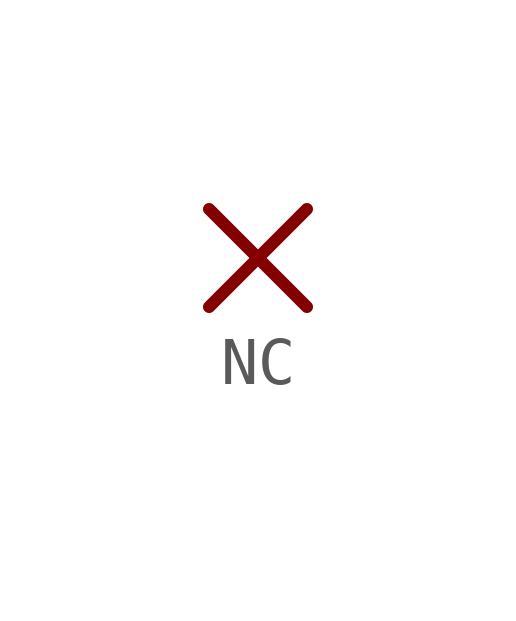
<source format=kicad_sym>
(kicad_symbol_lib
  (version 20220914)
  (generator kicad_symbol_editor)
  (symbol "NC"
    (property "Reference" ""
      (at 0 0 0)
      (effects (font (size 1.27 1.27)) hide))
    (property "ki_locked" ""
      (at 0 0 0)
      (effects (font (size 1.27 1.27))))
    (symbol "NC_1_0"
      (polyline (pts (xy -1.016 -1.016) (xy 1.016 1.016)) (stroke (width 0.254) (type solid)) (fill (type none)))
      (polyline (pts (xy -1.016 1.016) (xy 1.016 -1.016)) (stroke (width 0.254) (type solid)) (fill (type none))))))
</source>
